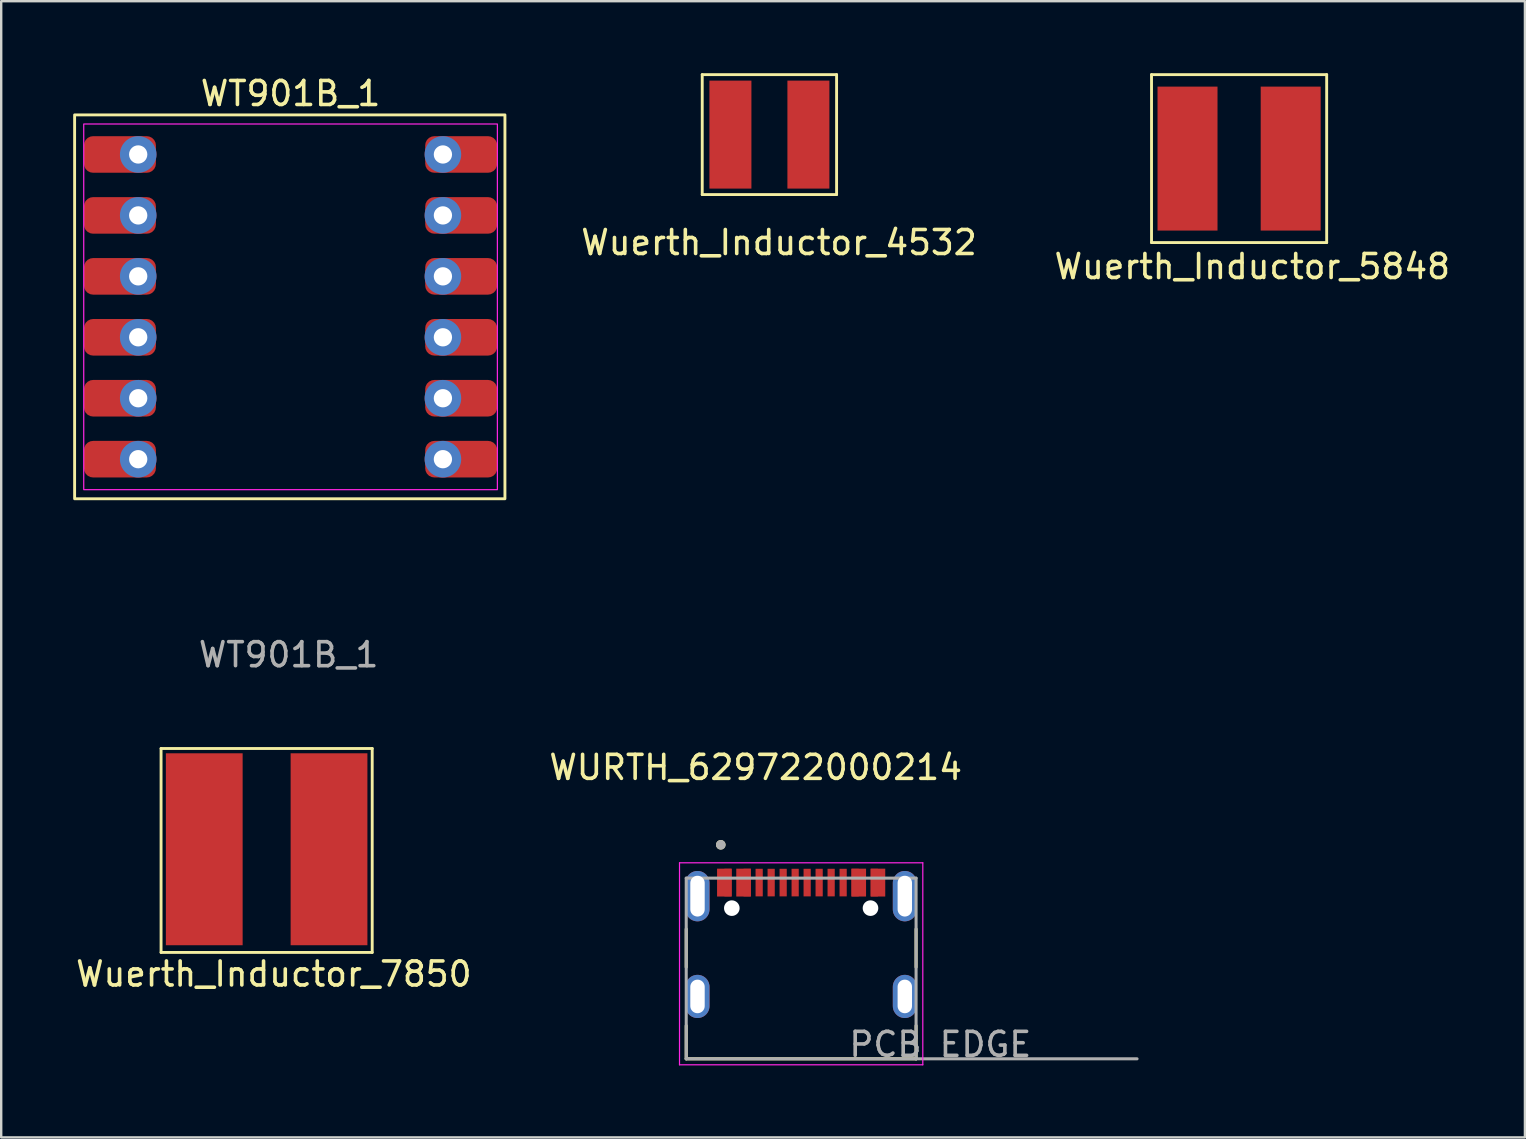
<source format=kicad_pcb>
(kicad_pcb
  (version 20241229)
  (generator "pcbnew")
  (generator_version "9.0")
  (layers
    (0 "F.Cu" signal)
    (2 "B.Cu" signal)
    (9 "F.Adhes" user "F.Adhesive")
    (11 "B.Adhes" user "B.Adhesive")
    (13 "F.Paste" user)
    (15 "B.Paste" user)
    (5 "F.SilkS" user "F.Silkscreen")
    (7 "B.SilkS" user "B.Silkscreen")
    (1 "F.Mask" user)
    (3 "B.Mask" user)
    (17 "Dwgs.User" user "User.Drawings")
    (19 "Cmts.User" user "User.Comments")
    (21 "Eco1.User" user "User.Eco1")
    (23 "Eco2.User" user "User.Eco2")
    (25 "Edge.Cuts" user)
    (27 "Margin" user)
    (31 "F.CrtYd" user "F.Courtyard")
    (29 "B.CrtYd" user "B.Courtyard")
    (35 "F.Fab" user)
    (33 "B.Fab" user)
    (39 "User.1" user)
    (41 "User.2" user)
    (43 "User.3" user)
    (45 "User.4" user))
  (footprint "WT901B_1"
    (layer "F.Cu")
    (at 9.06 9.738)
    (property "Reference" "WT901B_1" (at 0 -8.89 0) (unlocked yes) (layer "F.SilkS") (effects (font (size 1 1) (thickness 0.15))))
    (attr through_hole)
    (fp_rect (start -9 -8) (end 8.935 8) (stroke (width 0.12) (type default)) (fill no) (layer "F.SilkS"))
    (fp_rect (start -8.62 -7.62) (end 8.62 7.62) (stroke (width 0.05) (type default)) (fill no) (layer "F.CrtYd"))
    (fp_text user "${REFERENCE}" (at -0.08 14.5 0) (unlocked yes) (layer "F.Fab") (effects (font (size 1 1) (thickness 0.15))))
    (pad "D0" smd roundrect (at -7.112 -6.35) (size 3 1.524) (layers "F.Cu" "F.Mask" "F.Paste") (roundrect_rratio 0.25))
    (pad "D0" thru_hole circle (at -6.35 -6.35) (size 1.524 1.524) (drill 0.762) (layers "*.Cu" "*.Mask"))
    (pad "D1" smd roundrect (at -7.112 6.35) (size 3 1.524) (layers "F.Cu" "F.Mask" "F.Paste") (roundrect_rratio 0.25))
    (pad "D1" thru_hole circle (at -6.35 6.35) (size 1.524 1.524) (drill 0.762) (layers "*.Cu" "*.Mask"))
    (pad "D2" thru_hole circle (at 6.35 -6.35) (size 1.524 1.524) (drill 0.762) (layers "*.Cu" "*.Mask"))
    (pad "D2" smd roundrect (at 7.112 -6.35) (size 3 1.524) (layers "F.Cu" "F.Mask" "F.Paste") (roundrect_rratio 0.25))
    (pad "D3" thru_hole circle (at 6.35 6.35) (size 1.524 1.524) (drill 0.762) (layers "*.Cu" "*.Mask"))
    (pad "D3" smd roundrect (at 7.112 6.35) (size 3 1.524) (layers "F.Cu" "F.Mask" "F.Paste") (roundrect_rratio 0.25))
    (pad "GND" smd roundrect (at -7.112 3.81) (size 3 1.524) (layers "F.Cu" "F.Mask" "F.Paste") (roundrect_rratio 0.25))
    (pad "GND" thru_hole circle (at -6.35 3.81) (size 1.524 1.524) (drill 0.762) (layers "*.Cu" "*.Mask"))
    (pad "GND" thru_hole circle (at 6.35 3.81) (size 1.524 1.524) (drill 0.762) (layers "*.Cu" "*.Mask"))
    (pad "GND" smd roundrect (at 7.112 3.81) (size 3 1.524) (layers "F.Cu" "F.Mask" "F.Paste") (roundrect_rratio 0.25))
    (pad "RX" smd roundrect (at -7.112 -1.27) (size 3 1.524) (layers "F.Cu" "F.Mask" "F.Paste") (roundrect_rratio 0.25))
    (pad "RX" thru_hole circle (at -6.35 -1.27) (size 1.524 1.524) (drill 0.762) (layers "*.Cu" "*.Mask"))
    (pad "SCL" thru_hole circle (at 6.35 -1.27) (size 1.524 1.524) (drill 0.762) (layers "*.Cu" "*.Mask"))
    (pad "SCL" smd roundrect (at 7.112 -1.27) (size 3 1.524) (layers "F.Cu" "F.Mask" "F.Paste") (roundrect_rratio 0.25))
    (pad "SDA" thru_hole circle (at 6.35 1.27) (size 1.524 1.524) (drill 0.762) (layers "*.Cu" "*.Mask"))
    (pad "SDA" smd roundrect (at 7.112 1.27) (size 3 1.524) (layers "F.Cu" "F.Mask" "F.Paste") (roundrect_rratio 0.25))
    (pad "TX" smd roundrect (at -7.112 1.27) (size 3 1.524) (layers "F.Cu" "F.Mask" "F.Paste") (roundrect_rratio 0.25))
    (pad "TX" thru_hole circle (at -6.35 1.27) (size 1.524 1.524) (drill 0.762) (layers "*.Cu" "*.Mask"))
    (pad "VCC" smd roundrect (at -7.112 -3.81) (size 3 1.524) (layers "F.Cu" "F.Mask" "F.Paste") (roundrect_rratio 0.25))
    (pad "VCC" thru_hole circle (at -6.35 -3.81) (size 1.524 1.524) (drill 0.762) (layers "*.Cu" "*.Mask"))
    (pad "VCC" thru_hole circle (at 6.35 -3.81) (size 1.524 1.524) (drill 0.762) (layers "*.Cu" "*.Mask"))
    (pad "VCC" smd roundrect (at 7.112 -3.81) (size 3 1.524) (layers "F.Cu" "F.Mask" "F.Paste") (roundrect_rratio 0.25)))
  (footprint "Wuerth_Inductor_4532"
    (layer "F.Cu")
    (at 29.018 2.56)
    (property "Reference" "Wuerth_Inductor_4532" (at 0.4 4.5 0) (layer "F.SilkS") (effects (font (size 1 1) (thickness 0.15))))
    (attr smd)
    (fp_line (start -2.8 -2.5) (end -2.8 2.5) (stroke (width 0.12) (type solid)) (layer "F.SilkS"))
    (fp_line (start -2.8 -2.5) (end 2.8 -2.5) (stroke (width 0.12) (type solid)) (layer "F.SilkS"))
    (fp_line (start 2.8 -2.5) (end 2.8 2.5) (stroke (width 0.12) (type solid)) (layer "F.SilkS"))
    (fp_line (start 2.8 2.5) (end -2.8 2.5) (stroke (width 0.12) (type solid)) (layer "F.SilkS"))
    (pad "1" smd rect (at -1.625 0) (size 1.75 4.5) (layers "F.Cu" "F.Mask" "F.Paste"))
    (pad "2" smd rect (at 1.625 0) (size 1.75 4.5) (layers "F.Cu" "F.Mask" "F.Paste")))
  (footprint "WURTH_629722000214"
    (layer "F.Cu")
    (at 30.341 38.48)
    (property "Reference" "WURTH_629722000214" (at -1.895 -9.545 0) (layer "F.SilkS") (effects (font (size 1 1) (thickness 0.15))))
    (attr smd)
    (fp_poly (pts (xy -3.6 -5.42) (xy -3.6 -4.07) (xy -2.8 -4.07) (xy -2.8 -5.42)) (stroke (width 0.01) (type solid)) (fill yes) (layer "F.Mask"))
    (fp_poly (pts (xy -2.8 -5.42) (xy -2.8 -4.07) (xy -2 -4.07) (xy -2 -5.42)) (stroke (width 0.01) (type solid)) (fill yes) (layer "F.Mask"))
    (fp_poly (pts (xy 2 -5.42) (xy 2 -4.07) (xy 2.8 -4.07) (xy 2.8 -5.42)) (stroke (width 0.01) (type solid)) (fill yes) (layer "F.Mask"))
    (fp_poly (pts (xy 2.8 -5.42) (xy 2.8 -4.07) (xy 3.6 -4.07) (xy 3.6 -5.42)) (stroke (width 0.01) (type solid)) (fill yes) (layer "F.Mask"))
    (fp_line (start -4.79 -2.81) (end -4.79 -1.22) (stroke (width 0.127) (type solid)) (layer "F.SilkS"))
    (fp_line (start -4.79 2.6) (end -4.79 1.22) (stroke (width 0.127) (type solid)) (layer "F.SilkS"))
    (fp_line (start -4.79 2.6) (end 4.79 2.6) (stroke (width 0.127) (type solid)) (layer "F.SilkS"))
    (fp_line (start 4.79 -2.81) (end 4.79 -1.22) (stroke (width 0.127) (type solid)) (layer "F.SilkS"))
    (fp_line (start 4.79 2.6) (end 4.79 1.22) (stroke (width 0.127) (type solid)) (layer "F.SilkS"))
    (fp_circle (center -3.35 -6.32) (end -3.25 -6.32) (stroke (width 0.2) (type solid)) (fill no) (layer "F.SilkS"))
    (fp_poly (pts (xy -3.5 -5.32) (xy -3.5 -4.17) (xy -2.9 -4.17) (xy -2.9 -5.32)) (stroke (width 0.01) (type solid)) (fill yes) (layer "F.Paste"))
    (fp_poly (pts (xy -2.7 -5.32) (xy -2.7 -4.17) (xy -2.1 -4.17) (xy -2.1 -5.32)) (stroke (width 0.01) (type solid)) (fill yes) (layer "F.Paste"))
    (fp_poly (pts (xy 2.1 -5.32) (xy 2.1 -4.17) (xy 2.7 -4.17) (xy 2.7 -5.32)) (stroke (width 0.01) (type solid)) (fill yes) (layer "F.Paste"))
    (fp_poly (pts (xy 2.9 -5.32) (xy 2.9 -4.17) (xy 3.5 -4.17) (xy 3.5 -5.32)) (stroke (width 0.01) (type solid)) (fill yes) (layer "F.Paste"))
    (fp_line (start -5.07 -5.57) (end -5.07 2.85) (stroke (width 0.05) (type solid)) (layer "F.CrtYd"))
    (fp_line (start -5.07 2.85) (end 5.07 2.85) (stroke (width 0.05) (type solid)) (layer "F.CrtYd"))
    (fp_line (start 5.07 -5.57) (end -5.07 -5.57) (stroke (width 0.05) (type solid)) (layer "F.CrtYd"))
    (fp_line (start 5.07 2.85) (end 5.07 -5.57) (stroke (width 0.05) (type solid)) (layer "F.CrtYd"))
    (fp_line (start -4.79 -4.93) (end -4.79 2.6) (stroke (width 0.127) (type solid)) (layer "F.Fab"))
    (fp_line (start -4.79 2.6) (end 4.79 2.6) (stroke (width 0.127) (type solid)) (layer "F.Fab"))
    (fp_line (start 4.79 -4.93) (end -4.79 -4.93) (stroke (width 0.127) (type solid)) (layer "F.Fab"))
    (fp_line (start 4.79 2.6) (end 4.79 -4.93) (stroke (width 0.127) (type solid)) (layer "F.Fab"))
    (fp_line (start 4.79 2.6) (end 14 2.6) (stroke (width 0.127) (type solid)) (layer "F.Fab"))
    (fp_circle (center -3.35 -6.32) (end -3.25 -6.32) (stroke (width 0.2) (type solid)) (fill no) (layer "F.Fab"))
    (fp_text user "PCB EDGE" (at 5.8 2 0) (layer "F.Fab") (effects (font (size 1 1) (thickness 0.15))))
    (pad "" np_thru_hole circle (at -2.89 -3.68) (size 0.65 0.65) (drill 0.65) (layers "*.Cu" "*.Mask"))
    (pad "" np_thru_hole circle (at 2.89 -3.68) (size 0.65 0.65) (drill 0.65) (layers "*.Cu" "*.Mask"))
    (pad "A1" smd custom (at -3.35 -4.745) (size 0.3 1.15) (layers "F.Cu") (options (anchor rect)) (primitives (gr_poly (pts (xy -0.15 -0.575) (xy -0.15 0.575) (xy 0.45 0.575) (xy 0.45 -0.575)) (width 0.01) (fill yes))))
    (pad "A4" smd custom (at -2.55 -4.745) (size 0.3 1.15) (layers "F.Cu") (options (anchor rect)) (primitives (gr_poly (pts (xy -0.15 -0.575) (xy -0.15 0.575) (xy 0.45 0.575) (xy 0.45 -0.575)) (width 0.01) (fill yes))))
    (pad "A5" smd rect (at -1.25 -4.745) (size 0.3 1.15) (layers "F.Cu" "F.Mask" "F.Paste"))
    (pad "A6" smd rect (at -0.25 -4.745) (size 0.3 1.15) (layers "F.Cu" "F.Mask" "F.Paste"))
    (pad "A7" smd rect (at 0.25 -4.745) (size 0.3 1.15) (layers "F.Cu" "F.Mask" "F.Paste"))
    (pad "A8" smd rect (at 1.25 -4.745) (size 0.3 1.15) (layers "F.Cu" "F.Mask" "F.Paste"))
    (pad "A9" smd custom (at 2.55 -4.745) (size 0.3 1.15) (layers "F.Cu") (options (anchor rect)) (primitives (gr_poly (pts (xy -0.45 -0.575) (xy -0.45 0.575) (xy 0.15 0.575) (xy 0.15 -0.575)) (width 0.01) (fill yes))))
    (pad "A12" smd custom (at 3.35 -4.745) (size 0.3 1.15) (layers "F.Cu") (options (anchor rect)) (primitives (gr_poly (pts (xy -0.45 -0.575) (xy -0.45 0.575) (xy 0.15 0.575) (xy 0.15 -0.575)) (width 0.01) (fill yes))))
    (pad "B1" smd rect (at 3.05 -4.745) (size 0.3 1.15) (layers "F.Cu"))
    (pad "B4" smd rect (at 2.25 -4.745) (size 0.3 1.15) (layers "F.Cu"))
    (pad "B5" smd rect (at 1.75 -4.745) (size 0.3 1.15) (layers "F.Cu" "F.Mask" "F.Paste"))
    (pad "B6" smd rect (at 0.75 -4.745) (size 0.3 1.15) (layers "F.Cu" "F.Mask" "F.Paste"))
    (pad "B7" smd rect (at -0.75 -4.745) (size 0.3 1.15) (layers "F.Cu" "F.Mask" "F.Paste"))
    (pad "B8" smd rect (at -1.75 -4.745) (size 0.3 1.15) (layers "F.Cu" "F.Mask" "F.Paste"))
    (pad "B9" smd rect (at -2.25 -4.745) (size 0.3 1.15) (layers "F.Cu"))
    (pad "B12" smd rect (at -3.05 -4.745) (size 0.3 1.15) (layers "F.Cu"))
    (pad "S1" thru_hole oval (at -4.32 -4.18) (size 1 2.1) (drill oval 0.6 1.7) (layers "*.Cu" "*.Mask"))
    (pad "S2" thru_hole oval (at 4.32 -4.18) (size 1 2.1) (drill oval 0.6 1.7) (layers "*.Cu" "*.Mask"))
    (pad "S3" thru_hole oval (at -4.32 0) (size 1 1.8) (drill oval 0.6 1.4) (layers "*.Cu" "*.Mask"))
    (pad "S4" thru_hole oval (at 4.32 0) (size 1 1.8) (drill oval 0.6 1.4) (layers "*.Cu" "*.Mask")))
  (footprint "Wuerth_Inductor_5848"
    (layer "F.Cu")
    (at 48.744 3.56)
    (property "Reference" "Wuerth_Inductor_5848" (at 0.4 4.5 0) (layer "F.SilkS") (effects (font (size 1 1) (thickness 0.15))))
    (attr through_hole)
    (fp_line (start -3.8 -3.5) (end -3.8 3.5) (stroke (width 0.12) (type solid)) (layer "F.SilkS"))
    (fp_line (start -3.8 -3.5) (end 3.5 -3.5) (stroke (width 0.12) (type solid)) (layer "F.SilkS"))
    (fp_line (start 3.5 -3.5) (end 3.5 3.5) (stroke (width 0.12) (type solid)) (layer "F.SilkS"))
    (fp_line (start 3.5 3.5) (end -3.8 3.5) (stroke (width 0.12) (type solid)) (layer "F.SilkS"))
    (pad "1" smd rect (at -2.3 0) (size 2.5 6) (layers "F.Cu" "F.Mask" "F.Paste"))
    (pad "2" smd rect (at 2 0) (size 2.5 6) (layers "F.Cu" "F.Mask" "F.Paste")))
  (footprint "Wuerth_Inductor_7850"
    (layer "F.Cu")
    (at 8.263 32.346)
    (property "Reference" "Wuerth_Inductor_7850" (at 0.1 5.2 0) (layer "F.SilkS") (effects (font (size 1 1) (thickness 0.15))))
    (attr through_hole)
    (fp_line (start -4.6 -4.2) (end 4.2 -4.2) (stroke (width 0.12) (type solid)) (layer "F.SilkS"))
    (fp_line (start -4.6 4.3) (end -4.6 -4.2) (stroke (width 0.12) (type solid)) (layer "F.SilkS"))
    (fp_line (start 4.2 -4.2) (end 4.2 4.3) (stroke (width 0.12) (type solid)) (layer "F.SilkS"))
    (fp_line (start 4.2 4.3) (end -4.6 4.3) (stroke (width 0.12) (type solid)) (layer "F.SilkS"))
    (pad "1" smd rect (at -2.8 0) (size 3.2 8) (layers "F.Cu" "F.Mask" "F.Paste"))
    (pad "2" smd rect (at 2.4 0) (size 3.2 8) (layers "F.Cu" "F.Mask" "F.Paste")))
  (gr_rect
    (start -3 -3)
    (end 60.507 44.355)
    (stroke (width 0.1) (type default))
    (fill no)
    (layer "Edge.Cuts")))
</source>
